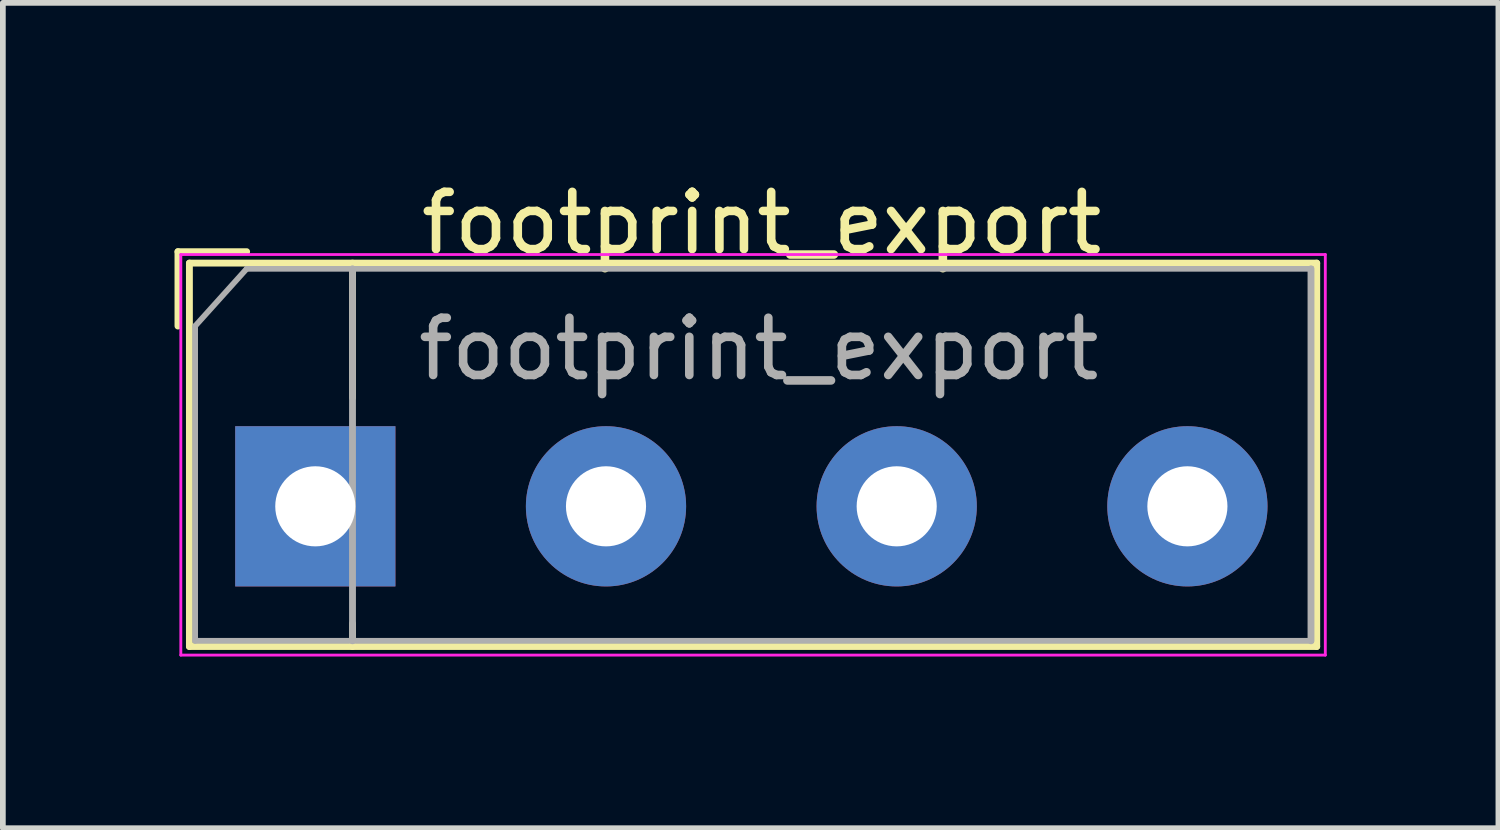
<source format=kicad_pcb>
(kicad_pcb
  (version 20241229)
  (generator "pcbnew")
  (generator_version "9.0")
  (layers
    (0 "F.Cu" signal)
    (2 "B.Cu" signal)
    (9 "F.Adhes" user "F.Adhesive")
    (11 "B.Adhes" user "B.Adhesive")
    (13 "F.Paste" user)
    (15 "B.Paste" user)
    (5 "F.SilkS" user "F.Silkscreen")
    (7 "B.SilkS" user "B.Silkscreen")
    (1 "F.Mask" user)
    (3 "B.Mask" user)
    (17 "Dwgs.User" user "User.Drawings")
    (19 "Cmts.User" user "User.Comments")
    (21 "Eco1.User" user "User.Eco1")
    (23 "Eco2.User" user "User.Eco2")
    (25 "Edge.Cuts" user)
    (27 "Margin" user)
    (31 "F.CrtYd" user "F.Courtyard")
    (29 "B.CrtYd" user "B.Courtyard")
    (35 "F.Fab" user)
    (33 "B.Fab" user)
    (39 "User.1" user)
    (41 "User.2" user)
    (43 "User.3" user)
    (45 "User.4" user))
  (footprint "footprint_export"
    (layer "F.Cu")
    (at 2.46 5.798)
    (property "Reference" "footprint_export" (at 7.8 -4.95 0) (layer "F.SilkS") (effects (font (size 1 1) (thickness 0.15))))
    (attr through_hole)
    (fp_line (start -2.4 -4.45) (end -1.2 -4.45) (stroke (width 0.12) (type solid)) (layer "F.SilkS"))
    (fp_line (start -2.4 -3.15) (end -2.4 -4.45) (stroke (width 0.12) (type solid)) (layer "F.SilkS"))
    (fp_line (start -2.2 -4.25) (end -2.2 2.45) (stroke (width 0.12) (type solid)) (layer "F.SilkS"))
    (fp_line (start -2.2 2.45) (end 17.5 2.45) (stroke (width 0.12) (type solid)) (layer "F.SilkS"))
    (fp_line (start 0.65 -1.9) (end 0.65 -4.25) (stroke (width 0.12) (type solid)) (layer "F.SilkS"))
    (fp_line (start 0.65 2.05) (end 0.65 2.45) (stroke (width 0.12) (type solid)) (layer "F.SilkS"))
    (fp_line (start 17.5 -4.25) (end -2.2 -4.25) (stroke (width 0.12) (type solid)) (layer "F.SilkS"))
    (fp_line (start 17.5 2.45) (end 17.5 -4.25) (stroke (width 0.12) (type solid)) (layer "F.SilkS"))
    (fp_line (start -2.35 -4.4) (end -2.35 2.6) (stroke (width 0.05) (type solid)) (layer "F.CrtYd"))
    (fp_line (start -2.35 -4.4) (end 17.65 -4.4) (stroke (width 0.05) (type solid)) (layer "F.CrtYd"))
    (fp_line (start 17.65 2.6) (end -2.35 2.6) (stroke (width 0.05) (type solid)) (layer "F.CrtYd"))
    (fp_line (start 17.65 2.6) (end 17.65 -4.4) (stroke (width 0.05) (type solid)) (layer "F.CrtYd"))
    (fp_line (start -2.1 -3.15) (end -2.1 2.35) (stroke (width 0.1) (type solid)) (layer "F.Fab"))
    (fp_line (start -2.1 2.35) (end 17.4 2.35) (stroke (width 0.1) (type solid)) (layer "F.Fab"))
    (fp_line (start -1.2 -4.15) (end -2.1 -3.15) (stroke (width 0.1) (type solid)) (layer "F.Fab"))
    (fp_line (start 0.65 -4.15) (end 0.65 2.35) (stroke (width 0.12) (type solid)) (layer "F.Fab"))
    (fp_line (start 17.4 -4.15) (end -1.2 -4.15) (stroke (width 0.1) (type solid)) (layer "F.Fab"))
    (fp_line (start 17.4 2.35) (end 17.4 -4.15) (stroke (width 0.12) (type solid)) (layer "F.Fab"))
    (fp_text user "${REFERENCE}" (at 7.75 -2.75 0) (layer "F.Fab") (effects (font (size 1 1) (thickness 0.15))))
    (pad "1" thru_hole rect (at 0 0) (size 2.8 2.8) (drill 1.4) (layers "*.Cu" "*.Mask"))
    (pad "2" thru_hole circle (at 5.08 0) (size 2.8 2.8) (drill 1.4) (layers "*.Cu" "*.Mask"))
    (pad "3" thru_hole circle (at 10.16 0) (size 2.8 2.8) (drill 1.4) (layers "*.Cu" "*.Mask"))
    (pad "4" thru_hole circle (at 15.24 0) (size 2.8 2.8) (drill 1.4) (layers "*.Cu" "*.Mask")))
  (gr_rect
    (start -3 -3)
    (end 23.135 11.423)
    (stroke (width 0.1) (type default))
    (fill no)
    (layer "Edge.Cuts")))
</source>
